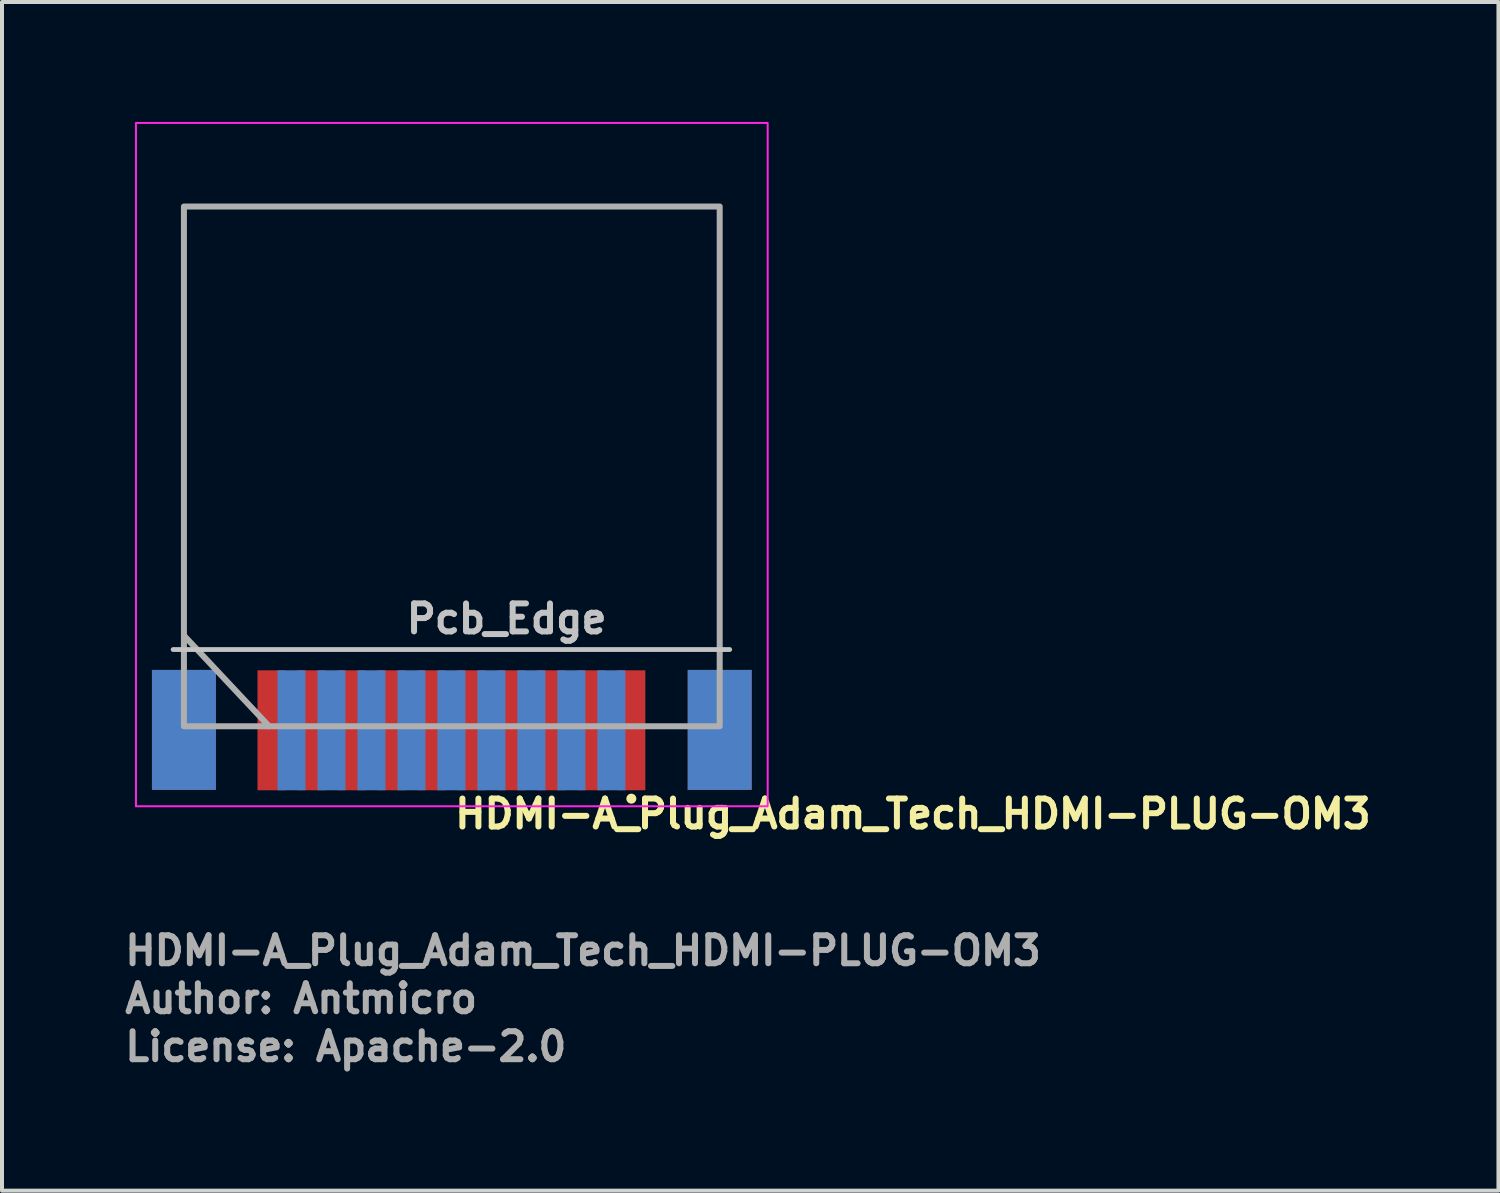
<source format=kicad_pcb>
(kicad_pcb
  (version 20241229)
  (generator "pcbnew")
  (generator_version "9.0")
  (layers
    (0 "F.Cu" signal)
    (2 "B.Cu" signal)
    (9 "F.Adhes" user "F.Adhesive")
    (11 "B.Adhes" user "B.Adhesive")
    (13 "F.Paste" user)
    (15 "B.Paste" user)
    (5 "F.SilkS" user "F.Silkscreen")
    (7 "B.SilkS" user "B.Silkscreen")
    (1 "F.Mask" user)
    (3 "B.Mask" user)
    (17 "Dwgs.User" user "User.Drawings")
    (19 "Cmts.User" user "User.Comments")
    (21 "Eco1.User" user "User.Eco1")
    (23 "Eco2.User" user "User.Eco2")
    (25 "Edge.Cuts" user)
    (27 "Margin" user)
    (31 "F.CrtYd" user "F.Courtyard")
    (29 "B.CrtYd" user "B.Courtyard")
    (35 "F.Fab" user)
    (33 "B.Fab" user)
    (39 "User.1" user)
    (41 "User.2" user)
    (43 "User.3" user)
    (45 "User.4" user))
  (footprint "HDMI-A_Plug_Adam_Tech_HDMI-PLUG-OM3"
    (layer "F.Cu")
    (at 8.24 8.025)
    (property "Reference" "HDMI-A_Plug_Adam_Tech_HDMI-PLUG-OM3" (at 0.01 9.69 0) (unlocked yes) (layer "F.SilkS") (effects (font (size 0.7 0.7) (thickness 0.15)) (justify left bottom)))
    (attr smd)
    (fp_circle (center 4.5 8.9) (end 4.55 8.9) (stroke (width 0.15) (type solid)) (fill yes) (layer "F.SilkS"))
    (fp_line (start -6.96 5.17) (end 6.96 5.17) (stroke (width 0.12) (type default)) (layer "Dwgs.User"))
    (fp_rect (start -7.89 -8) (end 7.91 9.09) (stroke (width 0.05) (type solid)) (fill no) (layer "F.CrtYd"))
    (fp_line (start -6.68 4.83) (end -4.56 7.09) (stroke (width 0.15) (type solid)) (layer "F.Fab"))
    (fp_rect (start -6.69 -5.91) (end 6.71 7.09) (stroke (width 0.15) (type solid)) (fill no) (layer "F.Fab"))
    (fp_rect (start -6.985 -7.6) (end 6.985 7.6) (stroke (width 0.1) (type solid)) (fill no) (layer "User.5"))
    (fp_line (start -6.985 -7.6) (end -6.985 2.1) (stroke (width 0.02) (type solid)) (layer "User.9"))
    (fp_line (start -6.985 -7.6) (end -6.985 5.2) (stroke (width 0.02) (type solid)) (layer "User.9"))
    (fp_line (start -6.985 -7.6) (end -6.983 -7.6) (stroke (width 0.02) (type solid)) (layer "User.9"))
    (fp_line (start -6.985 2.1) (end -6.985 5.2) (stroke (width 0.02) (type solid)) (layer "User.9"))
    (fp_line (start -6.985 5.2) (end -6.985 7.6) (stroke (width 0.02) (type solid)) (layer "User.9"))
    (fp_line (start -6.985 5.2) (end -6.983 5.2) (stroke (width 0.02) (type solid)) (layer "User.9"))
    (fp_line (start -6.985 5.2) (end -6.983 5.2) (stroke (width 0.02) (type solid)) (layer "User.9"))
    (fp_line (start -6.983 -7.6) (end -6.975 -7.6) (stroke (width 0.02) (type solid)) (layer "User.9"))
    (fp_line (start -6.983 5.2) (end -6.977 5.2) (stroke (width 0.02) (type solid)) (layer "User.9"))
    (fp_line (start -6.983 5.2) (end -6.977 5.2) (stroke (width 0.02) (type solid)) (layer "User.9"))
    (fp_line (start -6.977 5.2) (end -6.967 5.2) (stroke (width 0.02) (type solid)) (layer "User.9"))
    (fp_line (start -6.975 -7.6) (end -6.964 -7.6) (stroke (width 0.02) (type solid)) (layer "User.9"))
    (fp_line (start -6.967 5.2) (end -6.954 5.2) (stroke (width 0.02) (type solid)) (layer "User.9"))
    (fp_line (start -6.964 -7.6) (end -6.947 -7.6) (stroke (width 0.02) (type solid)) (layer "User.9"))
    (fp_line (start -6.954 5.2) (end -6.938 5.2) (stroke (width 0.02) (type solid)) (layer "User.9"))
    (fp_line (start -6.947 -7.6) (end -6.927 -7.6) (stroke (width 0.02) (type solid)) (layer "User.9"))
    (fp_line (start -6.938 5.2) (end -6.919 5.2) (stroke (width 0.02) (type solid)) (layer "User.9"))
    (fp_line (start -6.927 -7.6) (end -6.902 -7.6) (stroke (width 0.02) (type solid)) (layer "User.9"))
    (fp_line (start -6.919 5.2) (end -6.897 5.2) (stroke (width 0.02) (type solid)) (layer "User.9"))
    (fp_line (start -6.902 -7.6) (end -6.873 -7.6) (stroke (width 0.02) (type solid)) (layer "User.9"))
    (fp_line (start -6.897 5.2) (end -6.871 5.2) (stroke (width 0.02) (type solid)) (layer "User.9"))
    (fp_line (start -6.873 -7.6) (end -6.842 -7.6) (stroke (width 0.02) (type solid)) (layer "User.9"))
    (fp_line (start -6.871 5.2) (end -6.844 5.2) (stroke (width 0.02) (type solid)) (layer "User.9"))
    (fp_line (start -6.858 5.2) (end -6.858 7.6) (stroke (width 0.02) (type solid)) (layer "User.9"))
    (fp_line (start -6.858 5.225) (end -6.858 5.2) (stroke (width 0.02) (type solid)) (layer "User.9"))
    (fp_line (start -6.858 7.6) (end -6.985 7.6) (stroke (width 0.02) (type solid)) (layer "User.9"))
    (fp_line (start -6.844 5.2) (end -6.814 5.2) (stroke (width 0.02) (type solid)) (layer "User.9"))
    (fp_line (start -6.842 -7.6) (end -6.807 -7.6) (stroke (width 0.02) (type solid)) (layer "User.9"))
    (fp_line (start -6.814 5.2) (end -6.782 5.2) (stroke (width 0.02) (type solid)) (layer "User.9"))
    (fp_line (start -6.807 -7.6) (end -6.769 -7.6) (stroke (width 0.02) (type solid)) (layer "User.9"))
    (fp_line (start -6.782 5.2) (end -6.749 5.2) (stroke (width 0.02) (type solid)) (layer "User.9"))
    (fp_line (start -6.769 -7.6) (end -6.73 -7.6) (stroke (width 0.02) (type solid)) (layer "User.9"))
    (fp_line (start -6.749 5.2) (end -6.714 5.2) (stroke (width 0.02) (type solid)) (layer "User.9"))
    (fp_line (start -6.73 -7.6) (end -6.689 -7.6) (stroke (width 0.02) (type solid)) (layer "User.9"))
    (fp_line (start -6.714 5.2) (end -6.678 5.2) (stroke (width 0.02) (type solid)) (layer "User.9"))
    (fp_line (start -6.689 -7.6) (end -6.647 -7.6) (stroke (width 0.02) (type solid)) (layer "User.9"))
    (fp_line (start -6.678 5.2) (end -6.641 5.2) (stroke (width 0.02) (type solid)) (layer "User.9"))
    (fp_line (start -6.647 -7.6) (end -6.604 -7.6) (stroke (width 0.02) (type solid)) (layer "User.9"))
    (fp_line (start -6.641 5.2) (end -6.604 5.2) (stroke (width 0.02) (type solid)) (layer "User.9"))
    (fp_line (start -6.604 -7.6) (end -6.604 5.2) (stroke (width 0.02) (type solid)) (layer "User.9"))
    (fp_line (start -6.604 -7.6) (end 6.604 -7.6) (stroke (width 0.02) (type solid)) (layer "User.9"))
    (fp_line (start -4.7 7.6) (end -4.7 5.2) (stroke (width 0.02) (type solid)) (layer "User.9"))
    (fp_line (start -4.7 7.6) (end -4.3 7.6) (stroke (width 0.02) (type solid)) (layer "User.9"))
    (fp_line (start -4.3 5.2) (end -4.3 7.6) (stroke (width 0.02) (type solid)) (layer "User.9"))
    (fp_line (start -4.2 7.6) (end -4.2 5.2) (stroke (width 0.02) (type solid)) (layer "User.9"))
    (fp_line (start -3.8 5.2) (end -3.8 7.6) (stroke (width 0.02) (type solid)) (layer "User.9"))
    (fp_line (start -3.8 7.6) (end -4.2 7.6) (stroke (width 0.02) (type solid)) (layer "User.9"))
    (fp_line (start -3.7 7.6) (end -3.7 5.2) (stroke (width 0.02) (type solid)) (layer "User.9"))
    (fp_line (start -3.7 7.6) (end -3.3 7.6) (stroke (width 0.02) (type solid)) (layer "User.9"))
    (fp_line (start -3.3 5.2) (end -3.3 7.6) (stroke (width 0.02) (type solid)) (layer "User.9"))
    (fp_line (start -3.2 7.6) (end -3.2 5.2) (stroke (width 0.02) (type solid)) (layer "User.9"))
    (fp_line (start -2.8 5.2) (end -2.8 7.6) (stroke (width 0.02) (type solid)) (layer "User.9"))
    (fp_line (start -2.8 7.6) (end -3.2 7.6) (stroke (width 0.02) (type solid)) (layer "User.9"))
    (fp_line (start -2.7 7.6) (end -2.7 5.2) (stroke (width 0.02) (type solid)) (layer "User.9"))
    (fp_line (start -2.7 7.6) (end -2.3 7.6) (stroke (width 0.02) (type solid)) (layer "User.9"))
    (fp_line (start -2.3 5.2) (end -2.3 7.6) (stroke (width 0.02) (type solid)) (layer "User.9"))
    (fp_line (start -2.2 7.6) (end -2.2 5.2) (stroke (width 0.02) (type solid)) (layer "User.9"))
    (fp_line (start -1.8 5.2) (end -1.8 7.6) (stroke (width 0.02) (type solid)) (layer "User.9"))
    (fp_line (start -1.8 7.6) (end -2.2 7.6) (stroke (width 0.02) (type solid)) (layer "User.9"))
    (fp_line (start -1.7 7.6) (end -1.7 5.2) (stroke (width 0.02) (type solid)) (layer "User.9"))
    (fp_line (start -1.7 7.6) (end -1.3 7.6) (stroke (width 0.02) (type solid)) (layer "User.9"))
    (fp_line (start -1.3 5.2) (end -1.3 7.6) (stroke (width 0.02) (type solid)) (layer "User.9"))
    (fp_line (start -1.2 7.6) (end -1.2 5.2) (stroke (width 0.02) (type solid)) (layer "User.9"))
    (fp_line (start -0.8 5.2) (end -0.8 7.6) (stroke (width 0.02) (type solid)) (layer "User.9"))
    (fp_line (start -0.8 7.6) (end -1.2 7.6) (stroke (width 0.02) (type solid)) (layer "User.9"))
    (fp_line (start -0.7 7.6) (end -0.7 5.2) (stroke (width 0.02) (type solid)) (layer "User.9"))
    (fp_line (start -0.7 7.6) (end -0.3 7.6) (stroke (width 0.02) (type solid)) (layer "User.9"))
    (fp_line (start -0.3 5.2) (end -0.3 7.6) (stroke (width 0.02) (type solid)) (layer "User.9"))
    (fp_line (start -0.2 7.6) (end -0.2 5.2) (stroke (width 0.02) (type solid)) (layer "User.9"))
    (fp_line (start 0.2 5.2) (end 0.2 7.6) (stroke (width 0.02) (type solid)) (layer "User.9"))
    (fp_line (start 0.2 7.6) (end -0.2 7.6) (stroke (width 0.02) (type solid)) (layer "User.9"))
    (fp_line (start 0.3 7.6) (end 0.3 5.2) (stroke (width 0.02) (type solid)) (layer "User.9"))
    (fp_line (start 0.3 7.6) (end 0.7 7.6) (stroke (width 0.02) (type solid)) (layer "User.9"))
    (fp_line (start 0.7 5.2) (end 0.7 7.6) (stroke (width 0.02) (type solid)) (layer "User.9"))
    (fp_line (start 0.8 7.6) (end 0.8 5.2) (stroke (width 0.02) (type solid)) (layer "User.9"))
    (fp_line (start 1.2 5.2) (end 1.2 7.6) (stroke (width 0.02) (type solid)) (layer "User.9"))
    (fp_line (start 1.2 7.6) (end 0.8 7.6) (stroke (width 0.02) (type solid)) (layer "User.9"))
    (fp_line (start 1.3 7.6) (end 1.3 5.2) (stroke (width 0.02) (type solid)) (layer "User.9"))
    (fp_line (start 1.3 7.6) (end 1.7 7.6) (stroke (width 0.02) (type solid)) (layer "User.9"))
    (fp_line (start 1.7 5.2) (end 1.7 7.6) (stroke (width 0.02) (type solid)) (layer "User.9"))
    (fp_line (start 1.8 7.6) (end 1.8 5.2) (stroke (width 0.02) (type solid)) (layer "User.9"))
    (fp_line (start 2.2 5.2) (end 2.2 7.6) (stroke (width 0.02) (type solid)) (layer "User.9"))
    (fp_line (start 2.2 7.6) (end 1.8 7.6) (stroke (width 0.02) (type solid)) (layer "User.9"))
    (fp_line (start 2.3 7.6) (end 2.3 5.2) (stroke (width 0.02) (type solid)) (layer "User.9"))
    (fp_line (start 2.3 7.6) (end 2.7 7.6) (stroke (width 0.02) (type solid)) (layer "User.9"))
    (fp_line (start 2.7 5.2) (end 2.7 7.6) (stroke (width 0.02) (type solid)) (layer "User.9"))
    (fp_line (start 2.8 7.6) (end 2.8 5.2) (stroke (width 0.02) (type solid)) (layer "User.9"))
    (fp_line (start 3.2 5.2) (end 3.2 7.6) (stroke (width 0.02) (type solid)) (layer "User.9"))
    (fp_line (start 3.2 7.6) (end 2.8 7.6) (stroke (width 0.02) (type solid)) (layer "User.9"))
    (fp_line (start 3.3 7.6) (end 3.3 5.2) (stroke (width 0.02) (type solid)) (layer "User.9"))
    (fp_line (start 3.3 7.6) (end 3.7 7.6) (stroke (width 0.02) (type solid)) (layer "User.9"))
    (fp_line (start 3.7 5.2) (end 3.7 7.6) (stroke (width 0.02) (type solid)) (layer "User.9"))
    (fp_line (start 3.8 7.6) (end 3.8 5.2) (stroke (width 0.02) (type solid)) (layer "User.9"))
    (fp_line (start 4.2 5.2) (end 4.2 7.6) (stroke (width 0.02) (type solid)) (layer "User.9"))
    (fp_line (start 4.2 7.6) (end 3.8 7.6) (stroke (width 0.02) (type solid)) (layer "User.9"))
    (fp_line (start 4.3 5.2) (end 4.3 7.6) (stroke (width 0.02) (type solid)) (layer "User.9"))
    (fp_line (start 4.3 7.6) (end 4.7 7.6) (stroke (width 0.02) (type solid)) (layer "User.9"))
    (fp_line (start 4.7 7.6) (end 4.7 5.2) (stroke (width 0.02) (type solid)) (layer "User.9"))
    (fp_line (start 6.604 -7.6) (end 6.604 5.2) (stroke (width 0.02) (type solid)) (layer "User.9"))
    (fp_line (start 6.604 -7.6) (end 6.647 -7.6) (stroke (width 0.02) (type solid)) (layer "User.9"))
    (fp_line (start 6.604 5.2) (end -6.604 5.2) (stroke (width 0.02) (type solid)) (layer "User.9"))
    (fp_line (start 6.604 5.2) (end 6.637 5.2) (stroke (width 0.02) (type solid)) (layer "User.9"))
    (fp_line (start 6.637 5.2) (end 6.669 5.2) (stroke (width 0.02) (type solid)) (layer "User.9"))
    (fp_line (start 6.647 -7.6) (end 6.689 -7.6) (stroke (width 0.02) (type solid)) (layer "User.9"))
    (fp_line (start 6.669 5.2) (end 6.701 5.2) (stroke (width 0.02) (type solid)) (layer "User.9"))
    (fp_line (start 6.689 -7.6) (end 6.73 -7.6) (stroke (width 0.02) (type solid)) (layer "User.9"))
    (fp_line (start 6.701 5.2) (end 6.732 5.2) (stroke (width 0.02) (type solid)) (layer "User.9"))
    (fp_line (start 6.73 -7.6) (end 6.769 -7.6) (stroke (width 0.02) (type solid)) (layer "User.9"))
    (fp_line (start 6.732 5.2) (end 6.762 5.2) (stroke (width 0.02) (type solid)) (layer "User.9"))
    (fp_line (start 6.762 5.2) (end 6.791 5.2) (stroke (width 0.02) (type solid)) (layer "User.9"))
    (fp_line (start 6.769 -7.6) (end 6.807 -7.6) (stroke (width 0.02) (type solid)) (layer "User.9"))
    (fp_line (start 6.791 5.2) (end 6.819 5.2) (stroke (width 0.02) (type solid)) (layer "User.9"))
    (fp_line (start 6.807 -7.6) (end 6.842 -7.6) (stroke (width 0.02) (type solid)) (layer "User.9"))
    (fp_line (start 6.819 5.2) (end 6.845 5.2) (stroke (width 0.02) (type solid)) (layer "User.9"))
    (fp_line (start 6.842 -7.6) (end 6.873 -7.6) (stroke (width 0.02) (type solid)) (layer "User.9"))
    (fp_line (start 6.845 5.2) (end 6.869 5.2) (stroke (width 0.02) (type solid)) (layer "User.9"))
    (fp_line (start 6.858 5.2) (end 6.858 5.23) (stroke (width 0.02) (type solid)) (layer "User.9"))
    (fp_line (start 6.858 5.2) (end 6.858 7.6) (stroke (width 0.02) (type solid)) (layer "User.9"))
    (fp_line (start 6.859 5.2) (end 6.977 5.2) (stroke (width 0.02) (type solid)) (layer "User.9"))
    (fp_line (start 6.869 5.2) (end 6.891 5.2) (stroke (width 0.02) (type solid)) (layer "User.9"))
    (fp_line (start 6.873 -7.6) (end 6.902 -7.6) (stroke (width 0.02) (type solid)) (layer "User.9"))
    (fp_line (start 6.891 5.2) (end 6.912 5.2) (stroke (width 0.02) (type solid)) (layer "User.9"))
    (fp_line (start 6.902 -7.6) (end 6.927 -7.6) (stroke (width 0.02) (type solid)) (layer "User.9"))
    (fp_line (start 6.912 5.2) (end 6.93 5.2) (stroke (width 0.02) (type solid)) (layer "User.9"))
    (fp_line (start 6.927 -7.6) (end 6.947 -7.6) (stroke (width 0.02) (type solid)) (layer "User.9"))
    (fp_line (start 6.93 5.2) (end 6.945 5.2) (stroke (width 0.02) (type solid)) (layer "User.9"))
    (fp_line (start 6.945 5.2) (end 6.959 5.2) (stroke (width 0.02) (type solid)) (layer "User.9"))
    (fp_line (start 6.947 -7.6) (end 6.964 -7.6) (stroke (width 0.02) (type solid)) (layer "User.9"))
    (fp_line (start 6.959 5.2) (end 6.977 5.2) (stroke (width 0.02) (type solid)) (layer "User.9"))
    (fp_line (start 6.964 -7.6) (end 6.975 -7.6) (stroke (width 0.02) (type solid)) (layer "User.9"))
    (fp_line (start 6.975 -7.6) (end 6.983 -7.6) (stroke (width 0.02) (type solid)) (layer "User.9"))
    (fp_line (start 6.983 -7.6) (end 6.985 -7.6) (stroke (width 0.02) (type solid)) (layer "User.9"))
    (fp_line (start 6.985 -7.6) (end 6.985 2.1) (stroke (width 0.02) (type solid)) (layer "User.9"))
    (fp_line (start 6.985 -7.6) (end 6.985 5.2) (stroke (width 0.02) (type solid)) (layer "User.9"))
    (fp_line (start 6.985 2.1) (end 6.985 5.2) (stroke (width 0.02) (type solid)) (layer "User.9"))
    (fp_line (start 6.985 5.2) (end 6.977 5.2) (stroke (width 0.02) (type solid)) (layer "User.9"))
    (fp_line (start 6.985 5.2) (end 6.985 7.6) (stroke (width 0.02) (type solid)) (layer "User.9"))
    (fp_line (start 6.985 7.6) (end 6.858 7.6) (stroke (width 0.02) (type solid)) (layer "User.9"))
    (fp_text user "Pcb_Edge" (at -1.2 4.81 0) (unlocked yes) (layer "Dwgs.User") (effects (font (size 0.7 0.7) (thickness 0.15)) (justify left bottom)))
    (fp_text user "Author: Antmicro" (at -8.24 14.31 0) (layer "F.Fab") (effects (font (size 0.7 0.7) (thickness 0.15)) (justify left bottom)))
    (fp_text user "License: Apache-2.0" (at -8.24 15.51 0) (layer "F.Fab") (effects (font (size 0.7 0.7) (thickness 0.15)) (justify left bottom)))
    (fp_text user "${REFERENCE}" (at -8.24 13.11 0) (unlocked yes) (layer "F.Fab") (effects (font (size 0.7 0.7) (thickness 0.15)) (justify left bottom)))
    (pad "1" smd rect (at 4.5 7.19 180) (size 0.7 3) (layers "F.Cu" "F.Mask"))
    (pad "2" smd rect (at 4 7.19 180) (size 0.7 3) (layers "B.Cu" "B.Mask"))
    (pad "3" smd rect (at 3.5 7.19 180) (size 0.7 3) (layers "F.Cu" "F.Mask"))
    (pad "4" smd rect (at 3 7.19 180) (size 0.7 3) (layers "B.Cu" "B.Mask"))
    (pad "5" smd rect (at 2.5 7.19 180) (size 0.7 3) (layers "F.Cu" "F.Mask"))
    (pad "6" smd rect (at 2 7.19 180) (size 0.7 3) (layers "B.Cu" "B.Mask"))
    (pad "7" smd rect (at 1.5 7.19 180) (size 0.7 3) (layers "F.Cu" "F.Mask"))
    (pad "8" smd rect (at 1 7.19 180) (size 0.7 3) (layers "B.Cu" "B.Mask"))
    (pad "9" smd rect (at 0.5 7.19 180) (size 0.7 3) (layers "F.Cu" "F.Mask"))
    (pad "10" smd rect (at 0 7.19 180) (size 0.7 3) (layers "B.Cu" "B.Mask"))
    (pad "11" smd rect (at -0.5 7.19 180) (size 0.7 3) (layers "F.Cu" "F.Mask"))
    (pad "12" smd rect (at -1 7.19 180) (size 0.7 3) (layers "B.Cu" "B.Mask"))
    (pad "13" smd rect (at -1.5 7.19 180) (size 0.7 3) (layers "F.Cu" "F.Mask"))
    (pad "14" smd rect (at -2 7.19 180) (size 0.7 3) (layers "B.Cu" "B.Mask"))
    (pad "15" smd rect (at -2.5 7.19 180) (size 0.7 3) (layers "F.Cu" "F.Mask"))
    (pad "16" smd rect (at -3 7.19 180) (size 0.7 3) (layers "B.Cu" "B.Mask"))
    (pad "17" smd rect (at -3.5 7.19 180) (size 0.7 3) (layers "F.Cu" "F.Mask"))
    (pad "18" smd rect (at -4 7.19 180) (size 0.7 3) (layers "B.Cu" "B.Mask"))
    (pad "19" smd rect (at -4.5 7.19 180) (size 0.7 3) (layers "F.Cu" "F.Mask"))
    (pad "SH" smd rect (at -6.69 7.18) (size 1.6 3) (layers "F.Cu" "F.Mask"))
    (pad "SH" smd rect (at -6.69 7.18) (size 1.6 3) (layers "B.Cu" "B.Mask"))
    (pad "SH" smd rect (at 6.71 7.18) (size 1.6 3) (layers "F.Cu" "F.Mask"))
    (pad "SH" smd rect (at 6.71 7.18) (size 1.6 3) (layers "B.Cu" "B.Mask")))
  (gr_rect
    (start -3 -3)
    (end 34.427 26.73)
    (stroke (width 0.1) (type default))
    (fill no)
    (layer "Edge.Cuts")))
</source>
